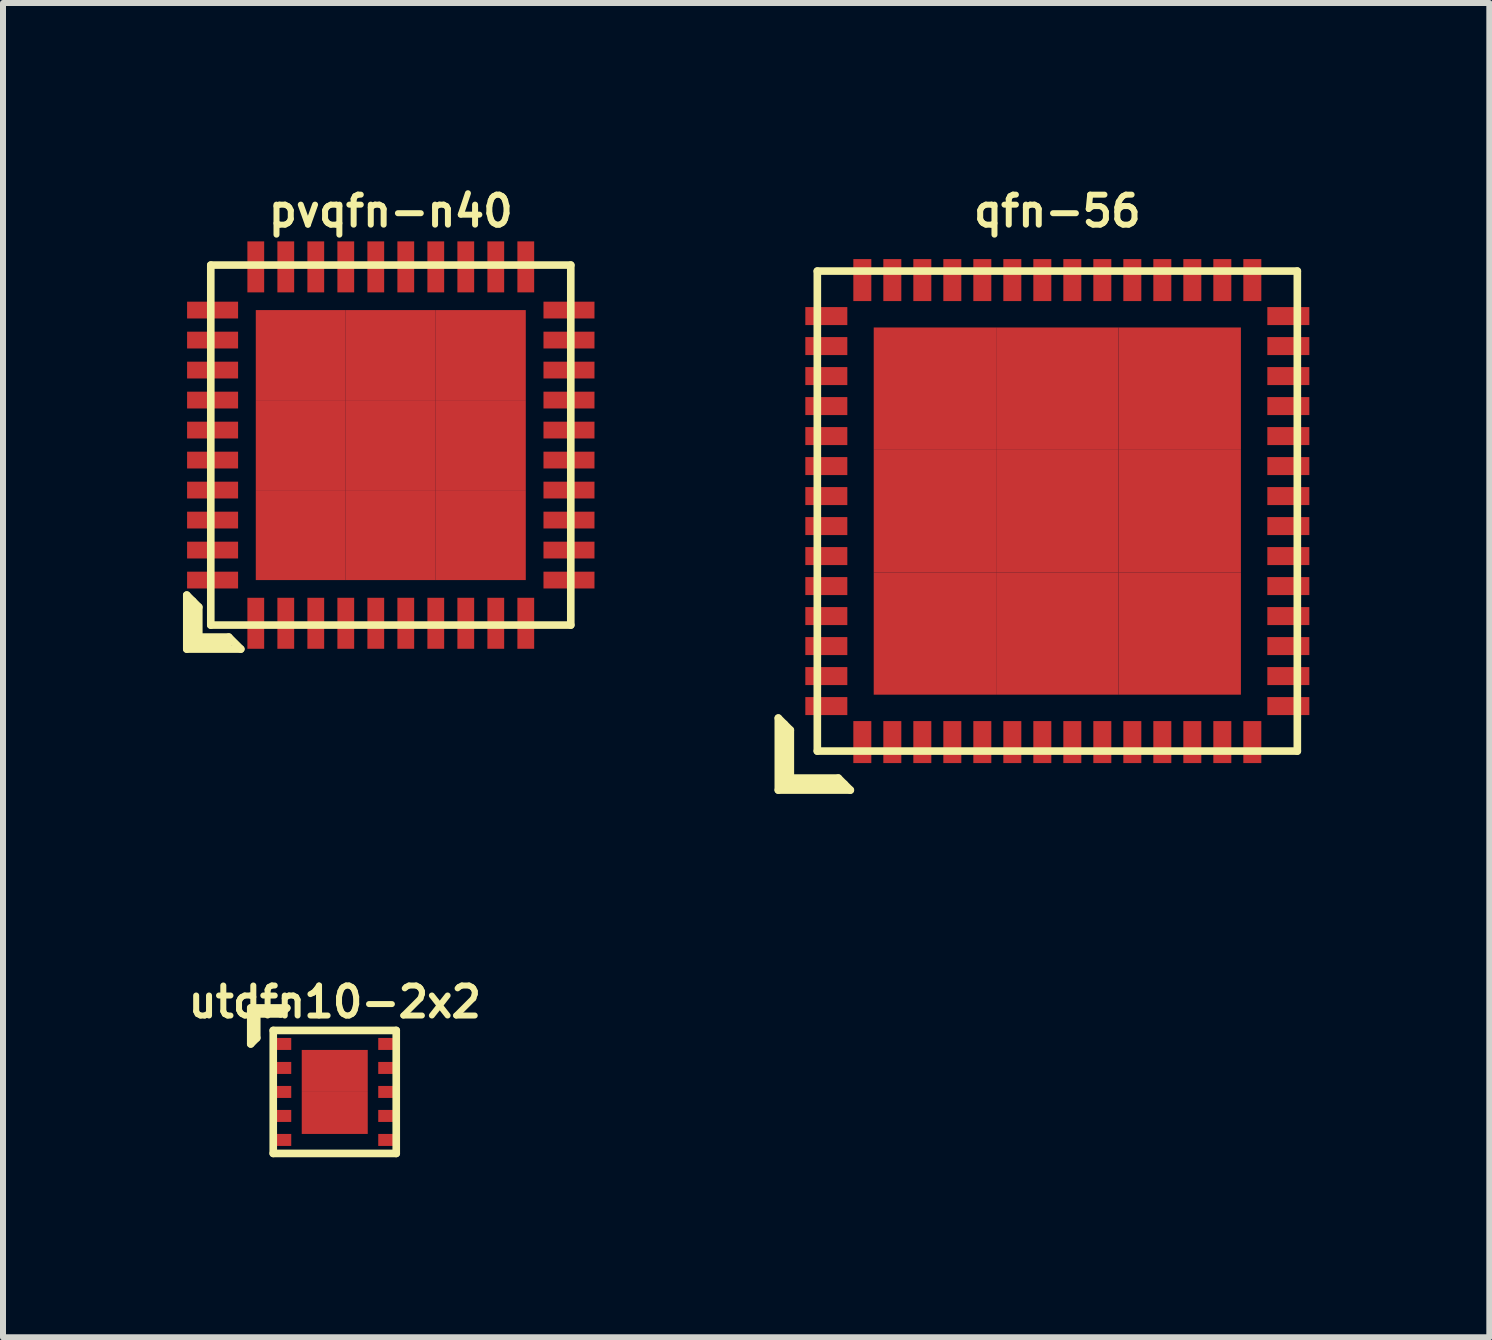
<source format=kicad_pcb>
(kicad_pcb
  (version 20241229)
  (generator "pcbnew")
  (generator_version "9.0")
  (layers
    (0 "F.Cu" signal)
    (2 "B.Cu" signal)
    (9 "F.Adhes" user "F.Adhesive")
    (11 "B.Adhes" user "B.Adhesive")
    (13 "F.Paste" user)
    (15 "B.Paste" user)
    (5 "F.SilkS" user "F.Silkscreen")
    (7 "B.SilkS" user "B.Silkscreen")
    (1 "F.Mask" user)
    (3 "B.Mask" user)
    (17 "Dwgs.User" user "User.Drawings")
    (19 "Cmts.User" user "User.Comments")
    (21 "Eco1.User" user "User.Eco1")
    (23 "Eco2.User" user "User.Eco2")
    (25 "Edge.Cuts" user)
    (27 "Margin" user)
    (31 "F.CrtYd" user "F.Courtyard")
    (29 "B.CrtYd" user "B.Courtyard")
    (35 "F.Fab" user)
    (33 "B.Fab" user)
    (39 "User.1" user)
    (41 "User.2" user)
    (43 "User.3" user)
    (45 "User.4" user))
  (footprint "qfn-56"
    (layer "F.Cu")
    (at 14.572 5.468)
    (property "Reference" "qfn-56" (at 0 -5 0) (layer "F.SilkS") (effects (font (size 0.5 0.5) (thickness 0.1))))
    (attr through_hole)
    (fp_line (start -4.65 3.45) (end -4.45 3.65) (stroke (width 0.127) (type solid)) (layer "F.SilkS"))
    (fp_line (start -4.65 4.65) (end -4.65 3.45) (stroke (width 0.127) (type solid)) (layer "F.SilkS"))
    (fp_line (start -4.55 3.55) (end -4.55 4.55) (stroke (width 0.127) (type solid)) (layer "F.SilkS"))
    (fp_line (start -4.55 4.55) (end -3.55 4.55) (stroke (width 0.127) (type solid)) (layer "F.SilkS"))
    (fp_line (start -4.45 3.65) (end -4.45 4.45) (stroke (width 0.127) (type solid)) (layer "F.SilkS"))
    (fp_line (start -4.45 4.45) (end -3.65 4.45) (stroke (width 0.127) (type solid)) (layer "F.SilkS"))
    (fp_line (start -4 -4) (end -4 4) (stroke (width 0.127) (type solid)) (layer "F.SilkS"))
    (fp_line (start -4 4) (end 4 4) (stroke (width 0.127) (type solid)) (layer "F.SilkS"))
    (fp_line (start -3.65 4.45) (end -3.45 4.65) (stroke (width 0.127) (type solid)) (layer "F.SilkS"))
    (fp_line (start -3.45 4.65) (end -4.65 4.65) (stroke (width 0.127) (type solid)) (layer "F.SilkS"))
    (fp_line (start 4 -4) (end -4 -4) (stroke (width 0.127) (type solid)) (layer "F.SilkS"))
    (fp_line (start 4 4) (end 4 -4) (stroke (width 0.127) (type solid)) (layer "F.SilkS"))
    (pad "1" smd rect (at -3.25 3.85) (size 0.3 0.7) (layers "F.Cu" "F.Mask" "F.Paste"))
    (pad "2" smd rect (at -2.75 3.85) (size 0.3 0.7) (layers "F.Cu" "F.Mask" "F.Paste"))
    (pad "3" smd rect (at -2.25 3.85) (size 0.3 0.7) (layers "F.Cu" "F.Mask" "F.Paste"))
    (pad "4" smd rect (at -1.75 3.85) (size 0.3 0.7) (layers "F.Cu" "F.Mask" "F.Paste"))
    (pad "5" smd rect (at -1.25 3.85) (size 0.3 0.7) (layers "F.Cu" "F.Mask" "F.Paste"))
    (pad "6" smd rect (at -0.75 3.85) (size 0.3 0.7) (layers "F.Cu" "F.Mask" "F.Paste"))
    (pad "7" smd rect (at -0.25 3.85) (size 0.3 0.7) (layers "F.Cu" "F.Mask" "F.Paste"))
    (pad "8" smd rect (at 0.25 3.85) (size 0.3 0.7) (layers "F.Cu" "F.Mask" "F.Paste"))
    (pad "9" smd rect (at 0.75 3.85) (size 0.3 0.7) (layers "F.Cu" "F.Mask" "F.Paste"))
    (pad "10" smd rect (at 1.25 3.85) (size 0.3 0.7) (layers "F.Cu" "F.Mask" "F.Paste"))
    (pad "11" smd rect (at 1.75 3.85) (size 0.3 0.7) (layers "F.Cu" "F.Mask" "F.Paste"))
    (pad "12" smd rect (at 2.25 3.85) (size 0.3 0.7) (layers "F.Cu" "F.Mask" "F.Paste"))
    (pad "13" smd rect (at 2.75 3.85) (size 0.3 0.7) (layers "F.Cu" "F.Mask" "F.Paste"))
    (pad "14" smd rect (at 3.25 3.85) (size 0.3 0.7) (layers "F.Cu" "F.Mask" "F.Paste"))
    (pad "15" smd rect (at 3.85 3.25) (size 0.7 0.3) (layers "F.Cu" "F.Mask" "F.Paste"))
    (pad "16" smd rect (at 3.85 2.75) (size 0.7 0.3) (layers "F.Cu" "F.Mask" "F.Paste"))
    (pad "17" smd rect (at 3.85 2.25) (size 0.7 0.3) (layers "F.Cu" "F.Mask" "F.Paste"))
    (pad "18" smd rect (at 3.85 1.75) (size 0.7 0.3) (layers "F.Cu" "F.Mask" "F.Paste"))
    (pad "19" smd rect (at 3.85 1.25) (size 0.7 0.3) (layers "F.Cu" "F.Mask" "F.Paste"))
    (pad "20" smd rect (at 3.85 0.75) (size 0.7 0.3) (layers "F.Cu" "F.Mask" "F.Paste"))
    (pad "21" smd rect (at 3.85 0.25) (size 0.7 0.3) (layers "F.Cu" "F.Mask" "F.Paste"))
    (pad "22" smd rect (at 3.85 -0.25) (size 0.7 0.3) (layers "F.Cu" "F.Mask" "F.Paste"))
    (pad "23" smd rect (at 3.85 -0.75) (size 0.7 0.3) (layers "F.Cu" "F.Mask" "F.Paste"))
    (pad "24" smd rect (at 3.85 -1.25) (size 0.7 0.3) (layers "F.Cu" "F.Mask" "F.Paste"))
    (pad "25" smd rect (at 3.85 -1.75) (size 0.7 0.3) (layers "F.Cu" "F.Mask" "F.Paste"))
    (pad "26" smd rect (at 3.85 -2.25) (size 0.7 0.3) (layers "F.Cu" "F.Mask" "F.Paste"))
    (pad "27" smd rect (at 3.85 -2.75) (size 0.7 0.3) (layers "F.Cu" "F.Mask" "F.Paste"))
    (pad "28" smd rect (at 3.85 -3.25) (size 0.7 0.3) (layers "F.Cu" "F.Mask" "F.Paste"))
    (pad "29" smd rect (at 3.25 -3.85) (size 0.3 0.7) (layers "F.Cu" "F.Mask" "F.Paste"))
    (pad "30" smd rect (at 2.75 -3.85) (size 0.3 0.7) (layers "F.Cu" "F.Mask" "F.Paste"))
    (pad "31" smd rect (at 2.25 -3.85) (size 0.3 0.7) (layers "F.Cu" "F.Mask" "F.Paste"))
    (pad "32" smd rect (at 1.75 -3.85) (size 0.3 0.7) (layers "F.Cu" "F.Mask" "F.Paste"))
    (pad "33" smd rect (at 1.25 -3.85) (size 0.3 0.7) (layers "F.Cu" "F.Mask" "F.Paste"))
    (pad "34" smd rect (at 0.75 -3.85) (size 0.3 0.7) (layers "F.Cu" "F.Mask" "F.Paste"))
    (pad "35" smd rect (at 0.25 -3.85) (size 0.3 0.7) (layers "F.Cu" "F.Mask" "F.Paste"))
    (pad "36" smd rect (at -0.25 -3.85) (size 0.3 0.7) (layers "F.Cu" "F.Mask" "F.Paste"))
    (pad "37" smd rect (at -0.75 -3.85) (size 0.3 0.7) (layers "F.Cu" "F.Mask" "F.Paste"))
    (pad "38" smd rect (at -1.25 -3.85) (size 0.3 0.7) (layers "F.Cu" "F.Mask" "F.Paste"))
    (pad "39" smd rect (at -1.75 -3.85) (size 0.3 0.7) (layers "F.Cu" "F.Mask" "F.Paste"))
    (pad "40" smd rect (at -2.25 -3.85) (size 0.3 0.7) (layers "F.Cu" "F.Mask" "F.Paste"))
    (pad "41" smd rect (at -2.75 -3.85) (size 0.3 0.7) (layers "F.Cu" "F.Mask" "F.Paste"))
    (pad "42" smd rect (at -3.25 -3.85) (size 0.3 0.7) (layers "F.Cu" "F.Mask" "F.Paste"))
    (pad "43" smd rect (at -3.85 -3.25) (size 0.7 0.3) (layers "F.Cu" "F.Mask" "F.Paste"))
    (pad "44" smd rect (at -3.85 -2.75) (size 0.7 0.3) (layers "F.Cu" "F.Mask" "F.Paste"))
    (pad "45" smd rect (at -3.85 -2.25) (size 0.7 0.3) (layers "F.Cu" "F.Mask" "F.Paste"))
    (pad "46" smd rect (at -3.85 -1.75) (size 0.7 0.3) (layers "F.Cu" "F.Mask" "F.Paste"))
    (pad "47" smd rect (at -3.85 -1.25) (size 0.7 0.3) (layers "F.Cu" "F.Mask" "F.Paste"))
    (pad "48" smd rect (at -3.85 -0.75) (size 0.7 0.3) (layers "F.Cu" "F.Mask" "F.Paste"))
    (pad "49" smd rect (at -3.85 -0.25) (size 0.7 0.3) (layers "F.Cu" "F.Mask" "F.Paste"))
    (pad "50" smd rect (at -3.85 0.25) (size 0.7 0.3) (layers "F.Cu" "F.Mask" "F.Paste"))
    (pad "51" smd rect (at -3.85 0.75) (size 0.7 0.3) (layers "F.Cu" "F.Mask" "F.Paste"))
    (pad "52" smd rect (at -3.85 1.25) (size 0.7 0.3) (layers "F.Cu" "F.Mask" "F.Paste"))
    (pad "53" smd rect (at -3.85 1.75) (size 0.7 0.3) (layers "F.Cu" "F.Mask" "F.Paste"))
    (pad "54" smd rect (at -3.85 2.25) (size 0.7 0.3) (layers "F.Cu" "F.Mask" "F.Paste"))
    (pad "55" smd rect (at -3.85 2.75) (size 0.7 0.3) (layers "F.Cu" "F.Mask" "F.Paste"))
    (pad "56" smd rect (at -3.85 3.25) (size 0.7 0.3) (layers "F.Cu" "F.Mask" "F.Paste"))
    (pad "57" smd rect (at -2.04 -2.04) (size 2.04 2.04) (layers "F.Cu" "F.Mask" "F.Paste"))
    (pad "57" smd rect (at -2.04 0) (size 2.04 2.04) (layers "F.Cu" "F.Mask" "F.Paste"))
    (pad "57" smd rect (at -2.04 2.04) (size 2.04 2.04) (layers "F.Cu" "F.Mask" "F.Paste"))
    (pad "57" smd rect (at 0 -2.04) (size 2.04 2.04) (layers "F.Cu" "F.Mask" "F.Paste"))
    (pad "57" smd rect (at 0 0) (size 2.04 2.04) (layers "F.Cu" "F.Mask" "F.Paste"))
    (pad "57" smd rect (at 0 2.04) (size 2.04 2.04) (layers "F.Cu" "F.Mask" "F.Paste"))
    (pad "57" smd rect (at 2.04 -2.04) (size 2.04 2.04) (layers "F.Cu" "F.Mask" "F.Paste"))
    (pad "57" smd rect (at 2.04 0) (size 2.04 2.04) (layers "F.Cu" "F.Mask" "F.Paste"))
    (pad "57" smd rect (at 2.04 2.04) (size 2.04 2.04) (layers "F.Cu" "F.Mask" "F.Paste")))
  (footprint "utdfn10-2x2"
    (layer "F.Cu")
    (at 2.529 15.149)
    (property "Reference" "utdfn10-2x2" (at 0 -1.5 0) (layer "F.SilkS") (effects (font (size 0.5 0.5) (thickness 0.1))))
    (attr through_hole)
    (fp_line (start -1.4 -1.4) (end -0.8 -1.4) (stroke (width 0.127) (type solid)) (layer "F.SilkS"))
    (fp_line (start -1.4 -0.8) (end -1.4 -1.4) (stroke (width 0.127) (type solid)) (layer "F.SilkS"))
    (fp_line (start -1.3 -1.3) (end -1.3 -0.9) (stroke (width 0.127) (type solid)) (layer "F.SilkS"))
    (fp_line (start -1.3 -0.9) (end -1.4 -0.8) (stroke (width 0.127) (type solid)) (layer "F.SilkS"))
    (fp_line (start -1.025 -1.025) (end -1.025 1.025) (stroke (width 0.127) (type solid)) (layer "F.SilkS"))
    (fp_line (start -1.025 1.025) (end 1.025 1.025) (stroke (width 0.127) (type solid)) (layer "F.SilkS"))
    (fp_line (start -0.9 -1.3) (end -1.3 -1.3) (stroke (width 0.127) (type solid)) (layer "F.SilkS"))
    (fp_line (start -0.8 -1.4) (end -0.9 -1.3) (stroke (width 0.127) (type solid)) (layer "F.SilkS"))
    (fp_line (start 1.025 -1.025) (end -1.025 -1.025) (stroke (width 0.127) (type solid)) (layer "F.SilkS"))
    (fp_line (start 1.025 1.025) (end 1.025 -1.025) (stroke (width 0.127) (type solid)) (layer "F.SilkS"))
    (pad "1" smd rect (at -0.875 -0.8) (size 0.3 0.2) (layers "F.Cu" "F.Mask" "F.Paste"))
    (pad "2" smd rect (at -0.875 -0.4) (size 0.3 0.2) (layers "F.Cu" "F.Mask" "F.Paste"))
    (pad "3" smd rect (at -0.875 0) (size 0.3 0.2) (layers "F.Cu" "F.Mask" "F.Paste"))
    (pad "4" smd rect (at -0.875 0.4) (size 0.3 0.2) (layers "F.Cu" "F.Mask" "F.Paste"))
    (pad "5" smd rect (at -0.875 0.8) (size 0.3 0.2) (layers "F.Cu" "F.Mask" "F.Paste"))
    (pad "6" smd rect (at 0.875 0.8) (size 0.3 0.2) (layers "F.Cu" "F.Mask" "F.Paste"))
    (pad "7" smd rect (at 0.875 0.4) (size 0.3 0.2) (layers "F.Cu" "F.Mask" "F.Paste"))
    (pad "8" smd rect (at 0.875 0) (size 0.3 0.2) (layers "F.Cu" "F.Mask" "F.Paste"))
    (pad "9" smd rect (at 0.875 -0.4) (size 0.3 0.2) (layers "F.Cu" "F.Mask" "F.Paste"))
    (pad "10" smd rect (at 0.875 -0.8) (size 0.3 0.2) (layers "F.Cu" "F.Mask" "F.Paste"))
    (pad "11" smd rect (at 0 -0.35) (size 1.1 0.7) (layers "F.Cu" "F.Mask" "F.Paste"))
    (pad "11" smd rect (at 0 0.35) (size 1.1 0.7) (layers "F.Cu" "F.Mask" "F.Paste")))
  (footprint "pvqfn-n40"
    (layer "F.Cu")
    (at 3.463 4.368)
    (property "Reference" "pvqfn-n40" (at 0 -3.9 0) (layer "F.SilkS") (effects (font (size 0.5 0.5) (thickness 0.1))))
    (attr through_hole)
    (fp_line (start -3.4 2.5) (end -3.4 3.4) (stroke (width 0.127) (type solid)) (layer "F.SilkS"))
    (fp_line (start -3.4 3.4) (end -2.5 3.4) (stroke (width 0.127) (type solid)) (layer "F.SilkS"))
    (fp_line (start -3.3 3.3) (end -3.3 2.6) (stroke (width 0.127) (type solid)) (layer "F.SilkS"))
    (fp_line (start -3.2 2.7) (end -3.4 2.5) (stroke (width 0.127) (type solid)) (layer "F.SilkS"))
    (fp_line (start -3.2 3.2) (end -3.2 2.7) (stroke (width 0.127) (type solid)) (layer "F.SilkS"))
    (fp_line (start -3 -3) (end 3 -3) (stroke (width 0.127) (type solid)) (layer "F.SilkS"))
    (fp_line (start -3 3) (end -3 -3) (stroke (width 0.127) (type solid)) (layer "F.SilkS"))
    (fp_line (start -2.7 3.2) (end -3.2 3.2) (stroke (width 0.127) (type solid)) (layer "F.SilkS"))
    (fp_line (start -2.7 3.3) (end -3.3 3.3) (stroke (width 0.127) (type solid)) (layer "F.SilkS"))
    (fp_line (start -2.5 3.4) (end -2.7 3.2) (stroke (width 0.127) (type solid)) (layer "F.SilkS"))
    (fp_line (start 3 -3) (end 3 3) (stroke (width 0.127) (type solid)) (layer "F.SilkS"))
    (fp_line (start 3 3) (end -3 3) (stroke (width 0.127) (type solid)) (layer "F.SilkS"))
    (pad "1" smd rect (at -2.25 2.97) (size 0.28 0.85) (layers "F.Cu" "F.Mask" "F.Paste"))
    (pad "2" smd rect (at -1.75 2.97) (size 0.28 0.85) (layers "F.Cu" "F.Mask" "F.Paste"))
    (pad "3" smd rect (at -1.25 2.97) (size 0.28 0.85) (layers "F.Cu" "F.Mask" "F.Paste"))
    (pad "4" smd rect (at -0.75 2.97) (size 0.28 0.85) (layers "F.Cu" "F.Mask" "F.Paste"))
    (pad "5" smd rect (at -0.25 2.97) (size 0.28 0.85) (layers "F.Cu" "F.Mask" "F.Paste"))
    (pad "6" smd rect (at 0.25 2.97) (size 0.28 0.85) (layers "F.Cu" "F.Mask" "F.Paste"))
    (pad "7" smd rect (at 0.75 2.97) (size 0.28 0.85) (layers "F.Cu" "F.Mask" "F.Paste"))
    (pad "8" smd rect (at 1.25 2.97) (size 0.28 0.85) (layers "F.Cu" "F.Mask" "F.Paste"))
    (pad "9" smd rect (at 1.75 2.97) (size 0.28 0.85) (layers "F.Cu" "F.Mask" "F.Paste"))
    (pad "10" smd rect (at 2.25 2.97) (size 0.28 0.85) (layers "F.Cu" "F.Mask" "F.Paste"))
    (pad "11" smd rect (at 2.97 2.25) (size 0.85 0.28) (layers "F.Cu" "F.Mask" "F.Paste"))
    (pad "12" smd rect (at 2.97 1.75) (size 0.85 0.28) (layers "F.Cu" "F.Mask" "F.Paste"))
    (pad "13" smd rect (at 2.97 1.25) (size 0.85 0.28) (layers "F.Cu" "F.Mask" "F.Paste"))
    (pad "14" smd rect (at 2.97 0.75) (size 0.85 0.28) (layers "F.Cu" "F.Mask" "F.Paste"))
    (pad "15" smd rect (at 2.97 0.25) (size 0.85 0.28) (layers "F.Cu" "F.Mask" "F.Paste"))
    (pad "16" smd rect (at 2.97 -0.25) (size 0.85 0.28) (layers "F.Cu" "F.Mask" "F.Paste"))
    (pad "17" smd rect (at 2.97 -0.75) (size 0.85 0.28) (layers "F.Cu" "F.Mask" "F.Paste"))
    (pad "18" smd rect (at 2.97 -1.25) (size 0.85 0.28) (layers "F.Cu" "F.Mask" "F.Paste"))
    (pad "19" smd rect (at 2.97 -1.75) (size 0.85 0.28) (layers "F.Cu" "F.Mask" "F.Paste"))
    (pad "20" smd rect (at 2.97 -2.25) (size 0.85 0.28) (layers "F.Cu" "F.Mask" "F.Paste"))
    (pad "21" smd rect (at 2.25 -2.97) (size 0.28 0.85) (layers "F.Cu" "F.Mask" "F.Paste"))
    (pad "22" smd rect (at 1.75 -2.97) (size 0.28 0.85) (layers "F.Cu" "F.Mask" "F.Paste"))
    (pad "23" smd rect (at 1.25 -2.97) (size 0.28 0.85) (layers "F.Cu" "F.Mask" "F.Paste"))
    (pad "24" smd rect (at 0.75 -2.97) (size 0.28 0.85) (layers "F.Cu" "F.Mask" "F.Paste"))
    (pad "25" smd rect (at 0.25 -2.97) (size 0.28 0.85) (layers "F.Cu" "F.Mask" "F.Paste"))
    (pad "26" smd rect (at -0.25 -2.97) (size 0.28 0.85) (layers "F.Cu" "F.Mask" "F.Paste"))
    (pad "27" smd rect (at -0.75 -2.97) (size 0.28 0.85) (layers "F.Cu" "F.Mask" "F.Paste"))
    (pad "28" smd rect (at -1.25 -2.97) (size 0.28 0.85) (layers "F.Cu" "F.Mask" "F.Paste"))
    (pad "29" smd rect (at -1.75 -2.97) (size 0.28 0.85) (layers "F.Cu" "F.Mask" "F.Paste"))
    (pad "30" smd rect (at -2.25 -2.97) (size 0.28 0.85) (layers "F.Cu" "F.Mask" "F.Paste"))
    (pad "31" smd rect (at -2.97 -2.25) (size 0.85 0.28) (layers "F.Cu" "F.Mask" "F.Paste"))
    (pad "32" smd rect (at -2.97 -1.75) (size 0.85 0.28) (layers "F.Cu" "F.Mask" "F.Paste"))
    (pad "33" smd rect (at -2.97 -1.25) (size 0.85 0.28) (layers "F.Cu" "F.Mask" "F.Paste"))
    (pad "34" smd rect (at -2.97 -0.75) (size 0.85 0.28) (layers "F.Cu" "F.Mask" "F.Paste"))
    (pad "35" smd rect (at -2.97 -0.25) (size 0.85 0.28) (layers "F.Cu" "F.Mask" "F.Paste"))
    (pad "36" smd rect (at -2.97 0.25) (size 0.85 0.28) (layers "F.Cu" "F.Mask" "F.Paste"))
    (pad "37" smd rect (at -2.97 0.75) (size 0.85 0.28) (layers "F.Cu" "F.Mask" "F.Paste"))
    (pad "38" smd rect (at -2.97 1.25) (size 0.85 0.28) (layers "F.Cu" "F.Mask" "F.Paste"))
    (pad "39" smd rect (at -2.97 1.75) (size 0.85 0.28) (layers "F.Cu" "F.Mask" "F.Paste"))
    (pad "40" smd rect (at -2.97 2.25) (size 0.85 0.28) (layers "F.Cu" "F.Mask" "F.Paste"))
    (pad "41" smd rect (at -1.5 -1.5) (size 1.5 1.5) (layers "F.Cu" "F.Mask" "F.Paste"))
    (pad "41" smd rect (at -1.5 0) (size 1.5 1.5) (layers "F.Cu" "F.Mask" "F.Paste"))
    (pad "41" smd rect (at -1.5 1.5) (size 1.5 1.5) (layers "F.Cu" "F.Mask" "F.Paste"))
    (pad "41" smd rect (at 0 -1.5) (size 1.5 1.5) (layers "F.Cu" "F.Mask" "F.Paste"))
    (pad "41" smd rect (at 0 0) (size 1.5 1.5) (layers "F.Cu" "F.Mask" "F.Paste"))
    (pad "41" smd rect (at 0 1.5) (size 1.5 1.5) (layers "F.Cu" "F.Mask" "F.Paste"))
    (pad "41" smd rect (at 1.5 -1.5) (size 1.5 1.5) (layers "F.Cu" "F.Mask" "F.Paste"))
    (pad "41" smd rect (at 1.5 0) (size 1.5 1.5) (layers "F.Cu" "F.Mask" "F.Paste"))
    (pad "41" smd rect (at 1.5 1.5) (size 1.5 1.5) (layers "F.Cu" "F.Mask" "F.Paste")))
  (gr_rect
    (start -3 -3)
    (end 21.772 19.238)
    (stroke (width 0.1) (type default))
    (fill no)
    (layer "Edge.Cuts")))
</source>
